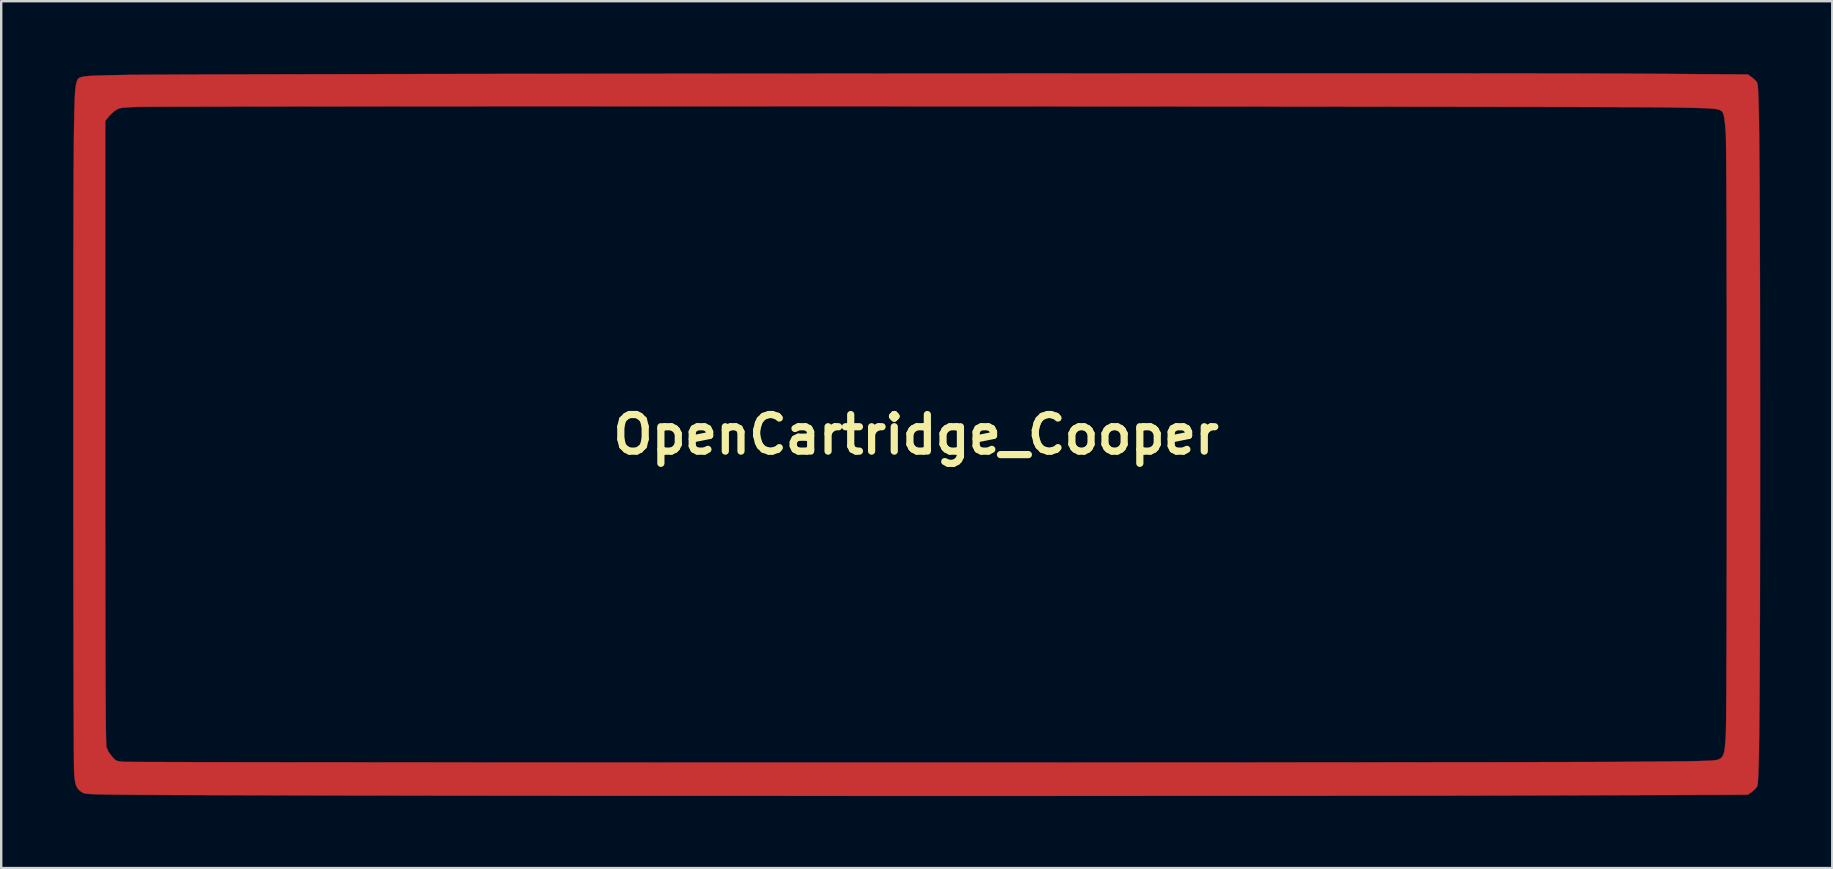
<source format=kicad_pcb>
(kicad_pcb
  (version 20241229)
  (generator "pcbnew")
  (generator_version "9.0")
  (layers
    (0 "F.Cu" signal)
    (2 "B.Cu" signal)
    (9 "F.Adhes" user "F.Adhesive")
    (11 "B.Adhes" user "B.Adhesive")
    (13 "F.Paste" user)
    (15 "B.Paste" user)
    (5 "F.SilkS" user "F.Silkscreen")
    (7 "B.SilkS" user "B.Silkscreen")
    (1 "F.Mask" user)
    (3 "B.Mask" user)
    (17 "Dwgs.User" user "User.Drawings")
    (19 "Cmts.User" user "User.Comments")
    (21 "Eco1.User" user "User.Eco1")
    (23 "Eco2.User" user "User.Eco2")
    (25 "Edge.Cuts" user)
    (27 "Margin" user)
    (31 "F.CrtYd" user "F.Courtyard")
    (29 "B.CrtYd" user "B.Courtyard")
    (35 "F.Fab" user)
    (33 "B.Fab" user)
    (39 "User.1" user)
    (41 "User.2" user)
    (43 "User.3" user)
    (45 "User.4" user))
  (footprint "OpenCartridge_Cooper"
    (layer "F.Cu")
    (at 35.119 15.058)
    (property "Reference" "OpenCartridge_Cooper" (at 0 0 0) (layer "F.SilkS") (effects (font (size 1.524 1.524) (thickness 0.3))))
    (attr through_hole)
    (fp_poly (pts (xy 17.627 -15.053) (xy 18.796 -15.053) (xy 19.923 -15.053) (xy 21.008 -15.052) (xy 22.047 -15.052) (xy 23.036 -15.051) (xy 23.975 -15.05) (xy 24.859 -15.05) (xy 25.687 -15.049) (xy 26.454 -15.048) (xy 27.16 -15.047) (xy 27.8 -15.045) (xy 28.373 -15.044) (xy 28.875 -15.042) (xy 29.304 -15.041) (xy 29.656 -15.039) (xy 29.722 -15.039) (xy 34.657 -15.007) (xy 34.827 -14.889) (xy 34.942 -14.794) (xy 35.032 -14.692) (xy 35.053 -14.656) (xy 35.065 -14.61) (xy 35.076 -14.518) (xy 35.086 -14.378) (xy 35.095 -14.189) (xy 35.104 -13.948) (xy 35.112 -13.654) (xy 35.12 -13.305) (xy 35.127 -12.899) (xy 35.133 -12.435) (xy 35.139 -11.91) (xy 35.144 -11.323) (xy 35.149 -10.672) (xy 35.153 -9.955) (xy 35.157 -9.17) (xy 35.16 -8.316) (xy 35.163 -7.39) (xy 35.166 -6.391) (xy 35.168 -5.317) (xy 35.169 -4.167) (xy 35.17 -2.937) (xy 35.171 -1.627) (xy 35.171 -0.235) (xy 35.172 0.169) (xy 35.171 1.567) (xy 35.171 2.882) (xy 35.17 4.116) (xy 35.169 5.272) (xy 35.167 6.349) (xy 35.165 7.352) (xy 35.162 8.281) (xy 35.159 9.138) (xy 35.155 9.925) (xy 35.151 10.645) (xy 35.146 11.298) (xy 35.14 11.888) (xy 35.135 12.414) (xy 35.128 12.881) (xy 35.121 13.288) (xy 35.113 13.639) (xy 35.105 13.935) (xy 35.096 14.178) (xy 35.086 14.369) (xy 35.076 14.512) (xy 35.065 14.606) (xy 35.053 14.655) (xy 35.053 14.656) (xy 34.984 14.75) (xy 34.876 14.853) (xy 34.827 14.889) (xy 34.657 15.007) (xy 26.525 15.035) (xy 25.814 15.037) (xy 25.021 15.039) (xy 24.151 15.041) (xy 23.209 15.043) (xy 22.198 15.045) (xy 21.122 15.046) (xy 19.985 15.048) (xy 18.791 15.049) (xy 17.544 15.05) (xy 16.248 15.052) (xy 14.907 15.053) (xy 13.524 15.054) (xy 12.105 15.054) (xy 10.652 15.055) (xy 9.169 15.056) (xy 7.661 15.056) (xy 6.132 15.056) (xy 4.585 15.057) (xy 3.025 15.057) (xy 1.455 15.057) (xy -0.12 15.057) (xy -1.698 15.057) (xy -3.273 15.056) (xy -4.842 15.056) (xy -6.4 15.055) (xy -7.945 15.055) (xy -9.471 15.054) (xy -10.976 15.053) (xy -12.454 15.052) (xy -13.903 15.051) (xy -15.317 15.05) (xy -16.694 15.049) (xy -18.029 15.047) (xy -19.319 15.046) (xy -20.559 15.044) (xy -21.745 15.042) (xy -22.873 15.041) (xy -23.94 15.039) (xy -24.942 15.037) (xy -25.874 15.035) (xy -26.733 15.032) (xy -27.514 15.03) (xy -27.517 15.03) (xy -28.425 15.027) (xy -29.252 15.024) (xy -30.002 15.021) (xy -30.679 15.019) (xy -31.286 15.016) (xy -31.828 15.013) (xy -32.309 15.011) (xy -32.731 15.008) (xy -33.1 15.004) (xy -33.418 15.001) (xy -33.69 14.997) (xy -33.919 14.993) (xy -34.11 14.989) (xy -34.266 14.984) (xy -34.391 14.978) (xy -34.488 14.972) (xy -34.563 14.965) (xy -34.618 14.958) (xy -34.657 14.95) (xy -34.684 14.941) (xy -34.698 14.935) (xy -34.832 14.85) (xy -34.929 14.756) (xy -34.995 14.636) (xy -35.039 14.474) (xy -35.068 14.252) (xy -35.079 14.109) (xy -35.082 14.028) (xy -35.085 13.865) (xy -35.088 13.624) (xy -35.09 13.308) (xy -35.093 12.921) (xy -35.095 12.466) (xy -35.098 11.946) (xy -35.1 11.365) (xy -35.102 10.727) (xy -35.104 10.033) (xy -35.106 9.288) (xy -35.107 8.495) (xy -35.109 7.658) (xy -35.11 6.779) (xy -35.111 5.863) (xy -35.112 4.912) (xy -35.113 3.929) (xy -35.114 2.919) (xy -35.114 1.884) (xy -35.114 0.827) (xy -35.114 0.148) (xy -35.114 -1.169) (xy -35.114 -2.405) (xy -35.114 -3.561) (xy -35.113 -4.641) (xy -35.113 -5.647) (xy -35.112 -6.582) (xy -35.111 -7.448) (xy -35.109 -8.249) (xy -35.108 -8.987) (xy -35.106 -9.664) (xy -35.104 -10.284) (xy -35.101 -10.849) (xy -35.098 -11.362) (xy -35.095 -11.825) (xy -35.091 -12.242) (xy -35.087 -12.614) (xy -35.082 -12.945) (xy -35.08 -13.069) (xy -33.782 -13.069) (xy -33.782 -0.119) (xy -33.782 1.222) (xy -33.782 2.48) (xy -33.781 3.657) (xy -33.78 4.755) (xy -33.78 5.775) (xy -33.779 6.72) (xy -33.777 7.591) (xy -33.776 8.389) (xy -33.774 9.117) (xy -33.772 9.777) (xy -33.77 10.37) (xy -33.767 10.898) (xy -33.764 11.363) (xy -33.761 11.767) (xy -33.758 12.111) (xy -33.754 12.398) (xy -33.75 12.628) (xy -33.746 12.804) (xy -33.742 12.928) (xy -33.737 13.002) (xy -33.734 13.022) (xy -33.655 13.208) (xy -33.517 13.399) (xy -33.506 13.411) (xy -33.413 13.511) (xy -33.339 13.571) (xy -33.257 13.605) (xy -33.139 13.623) (xy -32.993 13.635) (xy -32.928 13.637) (xy -32.782 13.638) (xy -32.555 13.64) (xy -32.252 13.641) (xy -31.874 13.643) (xy -31.425 13.644) (xy -30.906 13.646) (xy -30.321 13.647) (xy -29.671 13.648) (xy -28.96 13.649) (xy -28.19 13.65) (xy -27.363 13.652) (xy -26.483 13.653) (xy -25.551 13.654) (xy -24.571 13.655) (xy -23.545 13.655) (xy -22.475 13.656) (xy -21.364 13.657) (xy -20.215 13.658) (xy -19.029 13.658) (xy -17.811 13.659) (xy -16.562 13.66) (xy -15.284 13.66) (xy -13.982 13.661) (xy -12.656 13.661) (xy -11.309 13.661) (xy -9.945 13.662) (xy -8.566 13.662) (xy -7.173 13.662) (xy -5.771 13.662) (xy -4.361 13.662) (xy -2.946 13.662) (xy -1.529 13.662) (xy -0.112 13.662) (xy 1.303 13.662) (xy 2.712 13.662) (xy 4.114 13.662) (xy 5.505 13.662) (xy 6.883 13.661) (xy 8.246 13.661) (xy 9.59 13.66) (xy 10.914 13.66) (xy 12.214 13.659) (xy 13.489 13.659) (xy 14.735 13.658) (xy 15.951 13.658) (xy 17.133 13.657) (xy 18.278 13.656) (xy 19.385 13.655) (xy 20.451 13.654) (xy 21.473 13.653) (xy 22.449 13.652) (xy 23.376 13.651) (xy 24.251 13.65) (xy 25.072 13.649) (xy 25.836 13.647) (xy 26.542 13.646) (xy 27.185 13.645) (xy 27.764 13.643) (xy 28.276 13.642) (xy 28.719 13.64) (xy 29.09 13.639) (xy 29.385 13.637) (xy 29.527 13.636) (xy 30.181 13.631) (xy 30.756 13.626) (xy 31.256 13.621) (xy 31.688 13.617) (xy 32.057 13.612) (xy 32.368 13.607) (xy 32.626 13.602) (xy 32.838 13.596) (xy 33.007 13.59) (xy 33.14 13.583) (xy 33.243 13.575) (xy 33.319 13.566) (xy 33.376 13.556) (xy 33.417 13.544) (xy 33.449 13.531) (xy 33.451 13.531) (xy 33.532 13.484) (xy 33.594 13.423) (xy 33.64 13.337) (xy 33.675 13.212) (xy 33.702 13.037) (xy 33.724 12.8) (xy 33.742 12.552) (xy 33.746 12.446) (xy 33.749 12.26) (xy 33.753 11.997) (xy 33.757 11.663) (xy 33.76 11.261) (xy 33.763 10.795) (xy 33.766 10.271) (xy 33.768 9.691) (xy 33.771 9.06) (xy 33.773 8.383) (xy 33.775 7.664) (xy 33.776 6.906) (xy 33.778 6.115) (xy 33.779 5.294) (xy 33.781 4.448) (xy 33.781 3.58) (xy 33.782 2.696) (xy 33.783 1.799) (xy 33.783 0.894) (xy 33.783 -0.015) (xy 33.783 -0.925) (xy 33.783 -1.83) (xy 33.782 -2.726) (xy 33.781 -3.61) (xy 33.781 -4.477) (xy 33.779 -5.322) (xy 33.778 -6.142) (xy 33.776 -6.932) (xy 33.775 -7.689) (xy 33.773 -8.407) (xy 33.771 -9.082) (xy 33.768 -9.711) (xy 33.766 -10.289) (xy 33.763 -10.812) (xy 33.76 -11.276) (xy 33.756 -11.676) (xy 33.753 -12.008) (xy 33.749 -12.267) (xy 33.746 -12.451) (xy 33.742 -12.552) (xy 33.724 -12.787) (xy 33.703 -13.003) (xy 33.68 -13.18) (xy 33.659 -13.299) (xy 33.652 -13.326) (xy 33.632 -13.383) (xy 33.609 -13.431) (xy 33.578 -13.472) (xy 33.532 -13.506) (xy 33.465 -13.534) (xy 33.369 -13.557) (xy 33.239 -13.575) (xy 33.067 -13.589) (xy 32.848 -13.601) (xy 32.575 -13.61) (xy 32.242 -13.617) (xy 31.841 -13.624) (xy 31.366 -13.631) (xy 30.988 -13.636) (xy 30.802 -13.638) (xy 30.536 -13.64) (xy 30.195 -13.642) (xy 29.779 -13.644) (xy 29.293 -13.645) (xy 28.738 -13.647) (xy 28.117 -13.649) (xy 27.433 -13.651) (xy 26.688 -13.652) (xy 25.885 -13.654) (xy 25.027 -13.655) (xy 24.115 -13.657) (xy 23.152 -13.658) (xy 22.142 -13.66) (xy 21.087 -13.661) (xy 19.989 -13.662) (xy 18.85 -13.663) (xy 17.674 -13.665) (xy 16.463 -13.666) (xy 15.22 -13.667) (xy 13.946 -13.668) (xy 12.646 -13.669) (xy 11.321 -13.67) (xy 9.973 -13.671) (xy 8.606 -13.672) (xy 7.222 -13.672) (xy 5.824 -13.673) (xy 4.414 -13.674) (xy 2.995 -13.674) (xy 1.569 -13.675) (xy 0.138 -13.675) (xy -1.293 -13.676) (xy -2.724 -13.676) (xy -4.151 -13.676) (xy -5.571 -13.676) (xy -6.983 -13.677) (xy -8.384 -13.677) (xy -9.77 -13.677) (xy -11.14 -13.677) (xy -12.491 -13.677) (xy -13.82 -13.676) (xy -15.125 -13.676) (xy -16.403 -13.676) (xy -17.652 -13.676) (xy -18.869 -13.675) (xy -20.051 -13.675) (xy -21.196 -13.674) (xy -22.301 -13.673) (xy -23.364 -13.673) (xy -24.382 -13.672) (xy -25.352 -13.671) (xy -26.273 -13.67) (xy -27.141 -13.669) (xy -27.953 -13.668) (xy -28.708 -13.667) (xy -29.403 -13.666) (xy -30.035 -13.664) (xy -30.601 -13.663) (xy -31.099 -13.661) (xy -31.526 -13.66) (xy -31.881 -13.658) (xy -32.159 -13.657) (xy -32.359 -13.655) (xy -32.478 -13.653) (xy -32.504 -13.652) (xy -32.764 -13.639) (xy -32.954 -13.626) (xy -33.09 -13.612) (xy -33.187 -13.593) (xy -33.26 -13.566) (xy -33.325 -13.53) (xy -33.358 -13.509) (xy -33.49 -13.403) (xy -33.619 -13.273) (xy -33.652 -13.234) (xy -33.782 -13.069) (xy -35.08 -13.069) (xy -35.077 -13.238) (xy -35.072 -13.495) (xy -35.065 -13.718) (xy -35.058 -13.911) (xy -35.051 -14.076) (xy -35.043 -14.216) (xy -35.034 -14.334) (xy -35.024 -14.432) (xy -35.014 -14.513) (xy -35.003 -14.58) (xy -34.991 -14.635) (xy -34.979 -14.682) (xy -34.967 -14.716) (xy -34.947 -14.77) (xy -34.921 -14.815) (xy -34.883 -14.852) (xy -34.826 -14.883) (xy -34.743 -14.907) (xy -34.625 -14.927) (xy -34.467 -14.942) (xy -34.26 -14.954) (xy -33.998 -14.964) (xy -33.673 -14.972) (xy -33.279 -14.98) (xy -32.807 -14.988) (xy -32.787 -14.988) (xy -32.611 -14.991) (xy -32.353 -14.993) (xy -32.016 -14.995) (xy -31.603 -14.997) (xy -31.115 -14.999) (xy -30.557 -15.002) (xy -29.93 -15.004) (xy -29.238 -15.006) (xy -28.482 -15.008) (xy -27.667 -15.01) (xy -26.794 -15.012) (xy -25.866 -15.014) (xy -24.887 -15.016) (xy -23.858 -15.018) (xy -22.782 -15.02) (xy -21.663 -15.022) (xy -20.503 -15.024) (xy -19.304 -15.026) (xy -18.069 -15.028) (xy -16.802 -15.03) (xy -15.504 -15.031) (xy -14.179 -15.033) (xy -12.829 -15.035) (xy -11.457 -15.036) (xy -10.066 -15.038) (xy -8.658 -15.039) (xy -7.236 -15.041) (xy -5.803 -15.042) (xy -4.362 -15.043) (xy -2.915 -15.044) (xy -1.465 -15.045) (xy -0.015 -15.047) (xy 1.433 -15.048) (xy 2.876 -15.048) (xy 4.311 -15.049) (xy 5.735 -15.05) (xy 7.146 -15.051) (xy 8.541 -15.051) (xy 9.917 -15.052) (xy 11.272 -15.052) (xy 12.602 -15.053) (xy 13.906 -15.053) (xy 15.179 -15.053) (xy 16.421 -15.053) (xy 17.627 -15.053)) (stroke (width 0.01) (type solid)) (fill yes) (layer "F.Cu")))
  (gr_rect
    (start -3 -3)
    (end 73.296 33.12)
    (stroke (width 0.1) (type default))
    (fill no)
    (layer "Edge.Cuts")))
</source>
